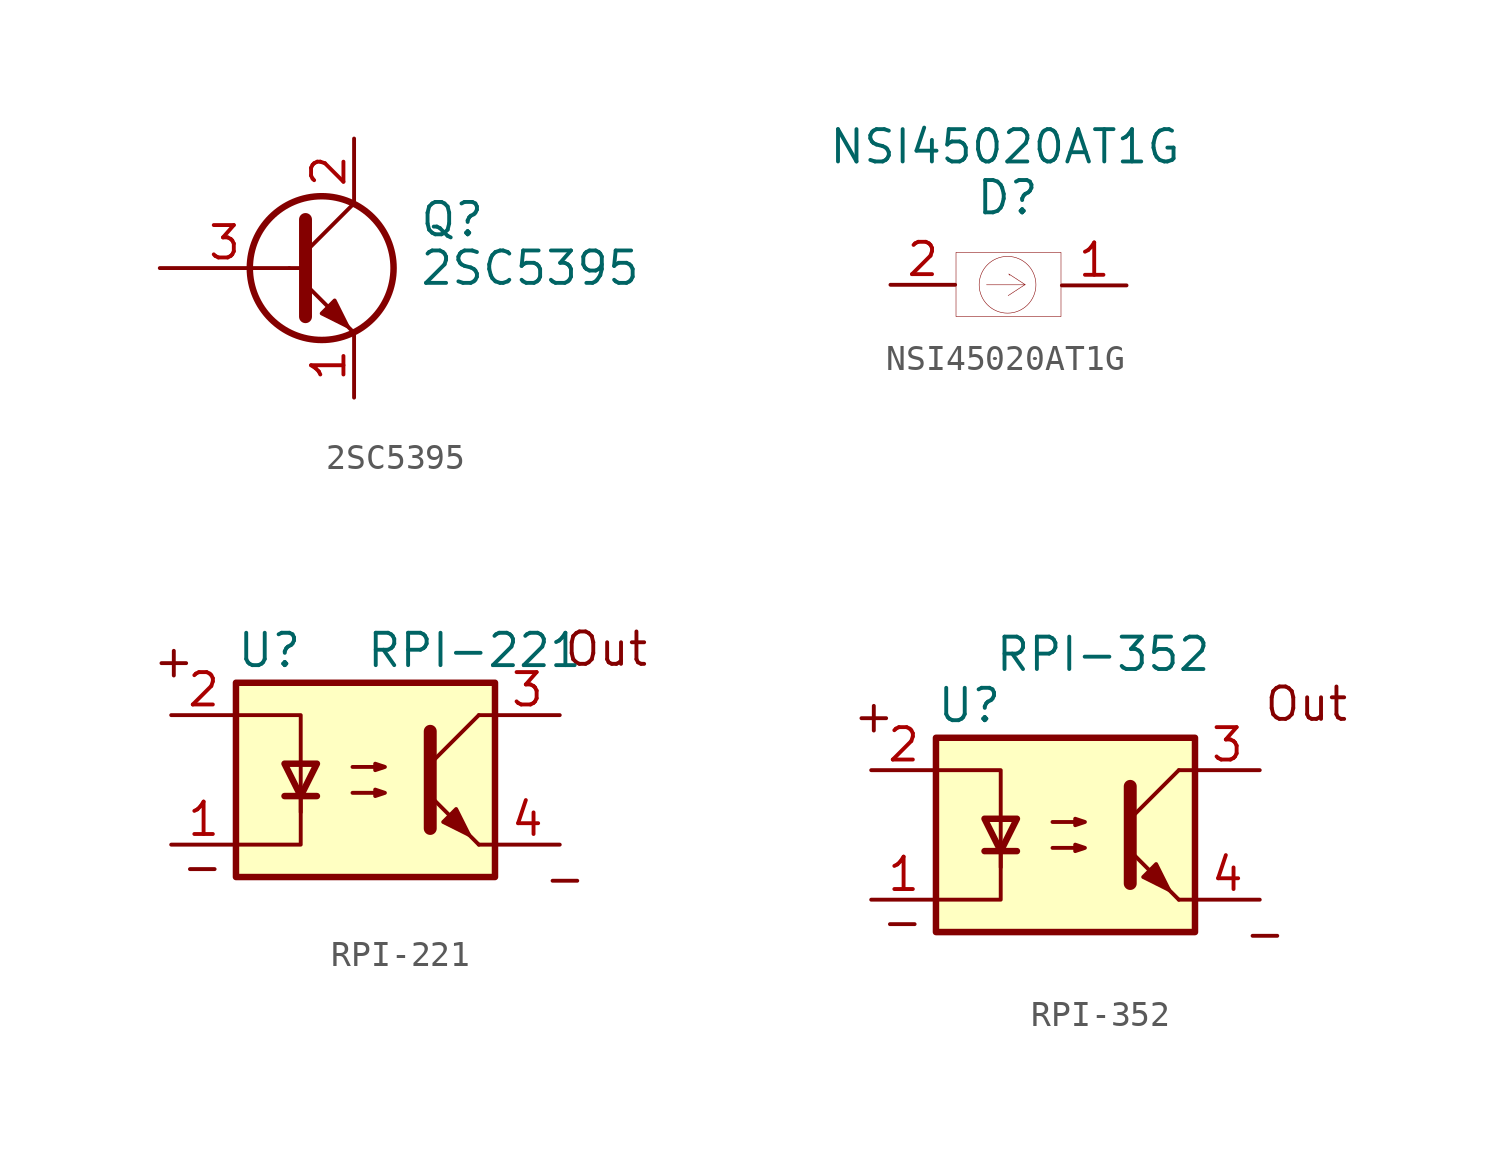
<source format=kicad_sym>
(kicad_symbol_lib
  (version 20200908)
  (generator kicad_symbol_editor)
  (symbol "RPI-221:2SC5395"
    (pin_names
      (offset 0) hide)
    (property "Reference" "Q"
      (at 5.08 1.905 0)
      (effects (font (size 1.27 1.27)) (justify left)))
    (property "Value" "2SC5395"
      (at 5.08 0 0)
      (effects (font (size 1.27 1.27)) (justify left)))
    (symbol "2SC5395_0_1"
      (circle (center 1.27 0) (radius 2.819) (stroke (width 0.254)) (fill (type none)))
      (polyline (pts (xy 0 0) (xy 0.635 0)) (stroke (width 0)) (fill (type none)))
      (polyline (pts (xy 0.635 0.635) (xy 2.54 2.54)) (stroke (width 0)) (fill (type none)))
      (polyline (pts (xy 0.635 -0.635) (xy 2.54 -2.54) (xy 2.54 -2.54)) (stroke (width 0)) (fill (type none)))
      (polyline (pts (xy 0.635 1.905) (xy 0.635 -1.905) (xy 0.635 -1.905)) (stroke (width 0.508)) (fill (type none)))
      (polyline (pts (xy 1.27 -1.778) (xy 1.778 -1.27) (xy 2.286 -2.286) (xy 1.27 -1.778) (xy 1.27 -1.778)) (stroke (width 0)) (fill (type outline))))
    (symbol "2SC5395_1_1"
      (pin passive line (at 2.54 -5.08 90) (length 2.54) (name "E" (effects (font (size 1.27 1.27)))) (number "1" (effects (font (size 1.27 1.27)))))
      (pin passive line (at 2.54 5.08 270) (length 2.54) (name "C" (effects (font (size 1.27 1.27)))) (number "2" (effects (font (size 1.27 1.27)))))
      (pin input line (at -5.08 0 0) (length 5.08) (name "B" (effects (font (size 1.27 1.27)))) (number "3" (effects (font (size 1.27 1.27)))))))
  (symbol "RPI-221:NSI45020AT1G"
    (pin_names
      (offset 1.016))
    (property "Reference" "D"
      (at 0.025 3.425 0)
      (effects (font (size 1.27 1.27))))
    (property "Value" "NSI45020AT1G"
      (at -0.075 5.425 0)
      (effects (font (size 1.27 1.27))))
    (symbol "NSI45020AT1G_0_1"
      (circle (center 0.025 0) (radius 1.115) (stroke (width 0.001)) (fill (type none)))
      (rectangle (start -2 -1.25) (end 2.125 1.275) (stroke (width 0.001)) (fill (type none)))
      (polyline (pts (xy -0.8 0) (xy 0.725 0) (xy 0.075 0.425) (xy 0.1 0.375)) (stroke (width 0.001)) (fill (type none)))
      (polyline (pts (xy 0.7 0) (xy 0.05 -0.425)) (stroke (width 0.001)) (fill (type none))))
    (symbol "NSI45020AT1G_1_1"
      (pin input line (at -4.575 0 0) (length 2.54) (name "" (effects (font (size 1.27 1.27)))) (number "2" (effects (font (size 1.27 1.27)))))
      (pin output line (at 4.7 -0.025 180) (length 2.54) (name "" (effects (font (size 1.27 1.27)))) (number "1" (effects (font (size 1.27 1.27)))))))
  (symbol "RPI-221:RPI-221"
    (pin_names
      (offset 1.016))
    (property "Reference" "U"
      (at -5.08 5.08 0)
      (effects (font (size 1.27 1.27)) (justify left)))
    (property "Value" "RPI-221"
      (at 0 5.08 0)
      (effects (font (size 1.27 1.27)) (justify left)))
    (symbol "RPI-221_0_0"
      (text "-" (at -6.401 -3.404 0) (effects (font (size 1.27 1.27))))
      (text "+" (at -7.518 4.674 0) (effects (font (size 1.27 1.27))))
      (text "-" (at 7.823 -3.861 0) (effects (font (size 1.27 1.27))))
      (text "Out" (at 9.449 5.131 0) (effects (font (size 1.27 1.27)))))
    (symbol "RPI-221_0_1"
      (rectangle (start -5.08 3.81) (end 5.08 -3.81) (stroke (width 0.254)) (fill (type background)))
      (polyline (pts (xy -3.175 -0.635) (xy -1.905 -0.635)) (stroke (width 0.254)) (fill (type none)))
      (polyline (pts (xy 2.54 0.635) (xy 4.445 2.54)) (stroke (width 0)) (fill (type none)))
      (polyline (pts (xy 4.445 -2.54) (xy 2.54 -0.635)) (stroke (width 0)) (fill (type outline)))
      (polyline (pts (xy 4.445 -2.54) (xy 5.08 -2.54)) (stroke (width 0)) (fill (type none)))
      (polyline (pts (xy 4.445 2.54) (xy 5.08 2.54)) (stroke (width 0)) (fill (type none)))
      (polyline (pts (xy -2.54 -0.635) (xy -2.54 -2.54) (xy -5.08 -2.54)) (stroke (width 0)) (fill (type none)))
      (polyline (pts (xy 2.54 1.905) (xy 2.54 -1.905) (xy 2.54 -1.905)) (stroke (width 0.508)) (fill (type none)))
      (polyline (pts (xy -5.08 2.54) (xy -2.54 2.54) (xy -2.54 -1.27) (xy -2.54 0.635)) (stroke (width 0)) (fill (type none)))
      (polyline (pts (xy -2.54 -0.635) (xy -3.175 0.635) (xy -1.905 0.635) (xy -2.54 -0.635)) (stroke (width 0.254)) (fill (type none)))
      (polyline (pts (xy -0.508 -0.508) (xy 0.762 -0.508) (xy 0.381 -0.635) (xy 0.381 -0.381) (xy 0.762 -0.508)) (stroke (width 0)) (fill (type none)))
      (polyline (pts (xy -0.508 0.508) (xy 0.762 0.508) (xy 0.381 0.381) (xy 0.381 0.635) (xy 0.762 0.508)) (stroke (width 0)) (fill (type none)))
      (polyline (pts (xy 3.048 -1.651) (xy 3.556 -1.143) (xy 4.064 -2.159) (xy 3.048 -1.651) (xy 3.048 -1.651)) (stroke (width 0)) (fill (type outline))))
    (symbol "RPI-221_1_1"
      (pin passive line (at -7.62 2.54 0) (length 2.54) (name "~" (effects (font (size 1.27 1.27)))) (number "2" (effects (font (size 1.27 1.27)))))
      (pin passive line (at -7.62 -2.54 0) (length 2.54) (name "~" (effects (font (size 1.27 1.27)))) (number "1" (effects (font (size 1.27 1.27)))))
      (pin passive line (at 7.62 -2.54 180) (length 2.54) (name "~" (effects (font (size 1.27 1.27)))) (number "4" (effects (font (size 1.27 1.27)))))
      (pin passive line (at 7.62 2.54 180) (length 2.54) (name "~" (effects (font (size 1.27 1.27)))) (number "3" (effects (font (size 1.27 1.27)))))))
  (symbol "RPI-221:RPI-352"
    (pin_names
      (offset 1.016))
    (property "Reference" "U"
      (at -5.08 5.08 0)
      (effects (font (size 1.27 1.27)) (justify left)))
    (property "Value" "RPI-352"
      (at -2.794 7.087 0)
      (effects (font (size 1.27 1.27)) (justify left)))
    (symbol "RPI-352_0_0"
      (text "-" (at -6.401 -3.404 0) (effects (font (size 1.27 1.27))))
      (text "+" (at -7.518 4.674 0) (effects (font (size 1.27 1.27))))
      (text "-" (at 7.823 -3.861 0) (effects (font (size 1.27 1.27))))
      (text "Out" (at 9.449 5.131 0) (effects (font (size 1.27 1.27)))))
    (symbol "RPI-352_0_1"
      (rectangle (start -5.08 3.81) (end 5.08 -3.81) (stroke (width 0.254)) (fill (type background)))
      (polyline (pts (xy -3.175 -0.635) (xy -1.905 -0.635)) (stroke (width 0.254)) (fill (type none)))
      (polyline (pts (xy 2.54 0.635) (xy 4.445 2.54)) (stroke (width 0)) (fill (type none)))
      (polyline (pts (xy 4.445 -2.54) (xy 2.54 -0.635)) (stroke (width 0)) (fill (type outline)))
      (polyline (pts (xy 4.445 -2.54) (xy 5.08 -2.54)) (stroke (width 0)) (fill (type none)))
      (polyline (pts (xy 4.445 2.54) (xy 5.08 2.54)) (stroke (width 0)) (fill (type none)))
      (polyline (pts (xy -2.54 -0.635) (xy -2.54 -2.54) (xy -5.08 -2.54)) (stroke (width 0)) (fill (type none)))
      (polyline (pts (xy 2.54 1.905) (xy 2.54 -1.905) (xy 2.54 -1.905)) (stroke (width 0.508)) (fill (type none)))
      (polyline (pts (xy -5.08 2.54) (xy -2.54 2.54) (xy -2.54 -1.27) (xy -2.54 0.635)) (stroke (width 0)) (fill (type none)))
      (polyline (pts (xy -2.54 -0.635) (xy -3.175 0.635) (xy -1.905 0.635) (xy -2.54 -0.635)) (stroke (width 0.254)) (fill (type none)))
      (polyline (pts (xy -0.508 -0.508) (xy 0.762 -0.508) (xy 0.381 -0.635) (xy 0.381 -0.381) (xy 0.762 -0.508)) (stroke (width 0)) (fill (type none)))
      (polyline (pts (xy -0.508 0.508) (xy 0.762 0.508) (xy 0.381 0.381) (xy 0.381 0.635) (xy 0.762 0.508)) (stroke (width 0)) (fill (type none)))
      (polyline (pts (xy 3.048 -1.651) (xy 3.556 -1.143) (xy 4.064 -2.159) (xy 3.048 -1.651) (xy 3.048 -1.651)) (stroke (width 0)) (fill (type outline))))
    (symbol "RPI-352_1_1"
      (pin passive line (at -7.62 2.54 0) (length 2.54) (name "~" (effects (font (size 1.27 1.27)))) (number "2" (effects (font (size 1.27 1.27)))))
      (pin passive line (at -7.62 -2.54 0) (length 2.54) (name "~" (effects (font (size 1.27 1.27)))) (number "1" (effects (font (size 1.27 1.27)))))
      (pin passive line (at 7.62 -2.54 180) (length 2.54) (name "~" (effects (font (size 1.27 1.27)))) (number "4" (effects (font (size 1.27 1.27)))))
      (pin passive line (at 7.62 2.54 180) (length 2.54) (name "~" (effects (font (size 1.27 1.27)))) (number "3" (effects (font (size 1.27 1.27))))))))
</source>
